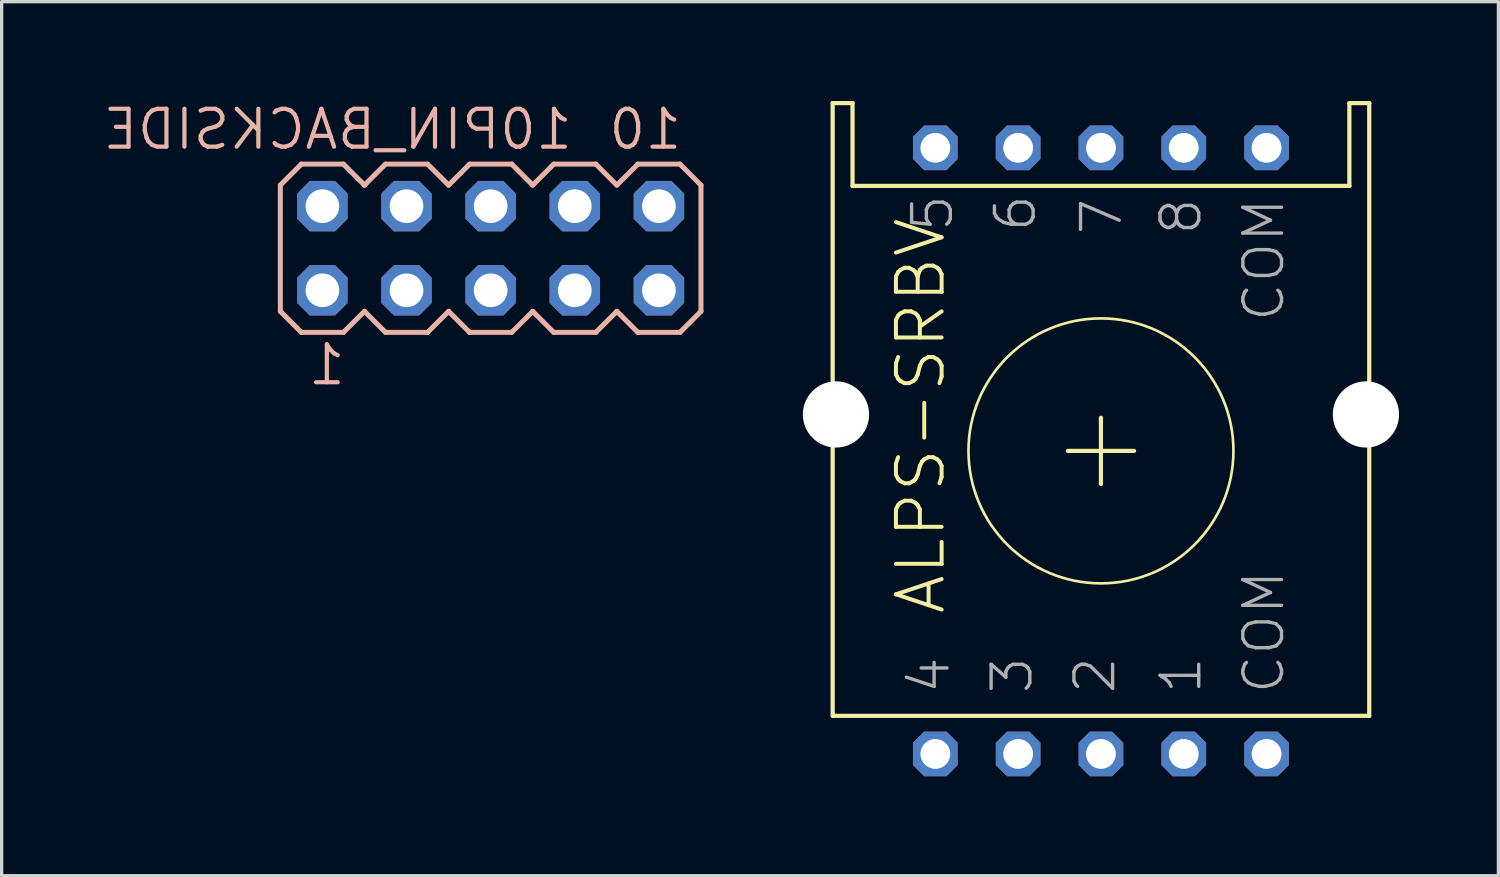
<source format=kicad_pcb>
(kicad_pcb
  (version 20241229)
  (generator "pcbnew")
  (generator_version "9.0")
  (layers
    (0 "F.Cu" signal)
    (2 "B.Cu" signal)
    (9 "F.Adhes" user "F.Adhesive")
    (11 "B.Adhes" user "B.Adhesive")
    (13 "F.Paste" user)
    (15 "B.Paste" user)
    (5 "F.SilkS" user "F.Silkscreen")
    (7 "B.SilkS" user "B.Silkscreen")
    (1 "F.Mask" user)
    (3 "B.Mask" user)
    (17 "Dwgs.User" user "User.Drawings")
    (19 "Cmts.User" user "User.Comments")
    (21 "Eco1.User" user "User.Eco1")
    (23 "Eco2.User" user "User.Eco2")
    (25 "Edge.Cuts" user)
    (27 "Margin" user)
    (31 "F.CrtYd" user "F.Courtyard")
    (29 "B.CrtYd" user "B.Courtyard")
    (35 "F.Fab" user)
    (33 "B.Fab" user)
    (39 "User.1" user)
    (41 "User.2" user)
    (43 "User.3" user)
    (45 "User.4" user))
  (footprint "ALPS-SRBV"
    (layer "F.Cu")
    (at 30.19 10.563)
    (property "Reference" "ALPS-SRBV" (at -4.635 5 90) (layer "F.SilkS") (effects (font (size 1.38 1.38) (thickness 0.12)) (justify left bottom)))
    (fp_line (start -8.1 -10.5) (end -8.1 8) (stroke (width 0.127) (type solid)) (layer "F.SilkS"))
    (fp_line (start -8.1 8) (end 8.1 8) (stroke (width 0.127) (type solid)) (layer "F.SilkS"))
    (fp_line (start -7.5 -10.5) (end -8.1 -10.5) (stroke (width 0.127) (type solid)) (layer "F.SilkS"))
    (fp_line (start -7.5 -8) (end -7.5 -10.5) (stroke (width 0.127) (type solid)) (layer "F.SilkS"))
    (fp_line (start -1 0) (end 1 0) (stroke (width 0.127) (type solid)) (layer "F.SilkS"))
    (fp_line (start 0 1) (end 0 -1) (stroke (width 0.127) (type solid)) (layer "F.SilkS"))
    (fp_line (start 7.5 -10.5) (end 7.5 -8) (stroke (width 0.127) (type solid)) (layer "F.SilkS"))
    (fp_line (start 7.5 -8) (end -7.5 -8) (stroke (width 0.127) (type solid)) (layer "F.SilkS"))
    (fp_line (start 8.1 -10.5) (end 7.5 -10.5) (stroke (width 0.127) (type solid)) (layer "F.SilkS"))
    (fp_line (start 8.1 8) (end 8.1 -10.5) (stroke (width 0.127) (type solid)) (layer "F.SilkS"))
    (fp_circle (center 0 0) (end 4 0) (stroke (width 0.08) (type solid)) (fill no) (layer "F.SilkS"))
    (fp_text user "6" (at -1.9 -7.8 90) (layer "F.Fab") (effects (font (size 1.168 1.168) (thickness 0.102)) (justify right bottom)))
    (fp_text user "COM" (at 5.6 7.4 90) (layer "F.Fab") (effects (font (size 1.168 1.168) (thickness 0.102)) (justify left bottom)))
    (fp_text user "2" (at 0.5 7.4 90) (layer "F.Fab") (effects (font (size 1.168 1.168) (thickness 0.102)) (justify left bottom)))
    (fp_text user "8" (at 3.1 -7.7 90) (layer "F.Fab") (effects (font (size 1.168 1.168) (thickness 0.102)) (justify right bottom)))
    (fp_text user "5" (at -4.4 -7.8 90) (layer "F.Fab") (effects (font (size 1.168 1.168) (thickness 0.102)) (justify right bottom)))
    (fp_text user "3" (at -2 7.4 90) (layer "F.Fab") (effects (font (size 1.168 1.168) (thickness 0.102)) (justify left bottom)))
    (fp_text user "7" (at 0.7 -7.7 90) (layer "F.Fab") (effects (font (size 1.168 1.168) (thickness 0.102)) (justify right bottom)))
    (fp_text user "1" (at 3.1 7.4 90) (layer "F.Fab") (effects (font (size 1.168 1.168) (thickness 0.102)) (justify left bottom)))
    (fp_text user "4" (at -4.5 7.4 90) (layer "F.Fab") (effects (font (size 1.168 1.168) (thickness 0.102)) (justify left bottom)))
    (fp_text user "COM" (at 5.6 -7.7 90) (layer "F.Fab") (effects (font (size 1.168 1.168) (thickness 0.102)) (justify right bottom)))
    (pad "" np_thru_hole circle (at -8 -1.1) (size 2 2) (drill 2) (layers "*.Cu" "*.Mask"))
    (pad "" np_thru_hole circle (at 8 -1.1) (size 2 2) (drill 2) (layers "*.Cu" "*.Mask"))
    (pad "A" thru_hole roundrect (at 2.5 9.15) (size 1.35 1.35) (drill 0.9) (layers "*.Cu" "*.Mask") (roundrect_rratio 0.25) (chamfer_ratio 0.25) (chamfer top_left top_right bottom_left bottom_right))
    (pad "B" thru_hole roundrect (at 0 9.15) (size 1.35 1.35) (drill 0.9) (layers "*.Cu" "*.Mask") (roundrect_rratio 0.25) (chamfer_ratio 0.25) (chamfer top_left top_right bottom_left bottom_right))
    (pad "C" thru_hole roundrect (at -2.5 9.15) (size 1.35 1.35) (drill 0.9) (layers "*.Cu" "*.Mask") (roundrect_rratio 0.25) (chamfer_ratio 0.25) (chamfer top_left top_right bottom_left bottom_right))
    (pad "COM" thru_hole roundrect (at 5 9.15) (size 1.35 1.35) (drill 0.9) (layers "*.Cu" "*.Mask") (roundrect_rratio 0.25) (chamfer_ratio 0.25) (chamfer top_left top_right bottom_left bottom_right))
    (pad "COM2" thru_hole roundrect (at 5 -9.15) (size 1.35 1.35) (drill 0.9) (layers "*.Cu" "*.Mask") (roundrect_rratio 0.25) (chamfer_ratio 0.25) (chamfer top_left top_right bottom_left bottom_right))
    (pad "D" thru_hole roundrect (at -5 9.15) (size 1.35 1.35) (drill 0.9) (layers "*.Cu" "*.Mask") (roundrect_rratio 0.25) (chamfer_ratio 0.25) (chamfer top_left top_right bottom_left bottom_right))
    (pad "E" thru_hole roundrect (at -5 -9.15) (size 1.35 1.35) (drill 0.9) (layers "*.Cu" "*.Mask") (roundrect_rratio 0.25) (chamfer_ratio 0.25) (chamfer top_left top_right bottom_left bottom_right))
    (pad "F" thru_hole roundrect (at -2.5 -9.15) (size 1.35 1.35) (drill 0.9) (layers "*.Cu" "*.Mask") (roundrect_rratio 0.25) (chamfer_ratio 0.25) (chamfer top_left top_right bottom_left bottom_right))
    (pad "G" thru_hole roundrect (at 0 -9.15) (size 1.35 1.35) (drill 0.9) (layers "*.Cu" "*.Mask") (roundrect_rratio 0.25) (chamfer_ratio 0.25) (chamfer top_left top_right bottom_left bottom_right))
    (pad "H" thru_hole roundrect (at 2.5 -9.15) (size 1.35 1.35) (drill 0.9) (layers "*.Cu" "*.Mask") (roundrect_rratio 0.25) (chamfer_ratio 0.25) (chamfer top_left top_right bottom_left bottom_right)))
  (footprint "10PIN_BACKSIDE"
    (layer "F.Cu")
    (at 11.764 4.445)
    (property "Reference" "10PIN_BACKSIDE" (at 2.54 -2.921 0) (layer "B.SilkS") (effects (font (size 1.143 1.143) (thickness 0.127)) (justify left bottom mirror)))
    (fp_line (start -6.35 -1.905) (end -6.35 1.905) (stroke (width 0.152) (type solid)) (layer "B.SilkS"))
    (fp_line (start -6.35 1.905) (end -5.715 2.54) (stroke (width 0.152) (type solid)) (layer "B.SilkS"))
    (fp_line (start -5.715 -2.54) (end -6.35 -1.905) (stroke (width 0.152) (type solid)) (layer "B.SilkS"))
    (fp_line (start -5.715 -2.54) (end -4.445 -2.54) (stroke (width 0.152) (type solid)) (layer "B.SilkS"))
    (fp_line (start -4.445 -2.54) (end -3.81 -1.905) (stroke (width 0.152) (type solid)) (layer "B.SilkS"))
    (fp_line (start -4.445 2.54) (end -5.715 2.54) (stroke (width 0.152) (type solid)) (layer "B.SilkS"))
    (fp_line (start -3.81 -1.905) (end -3.175 -2.54) (stroke (width 0.152) (type solid)) (layer "B.SilkS"))
    (fp_line (start -3.81 1.905) (end -4.445 2.54) (stroke (width 0.152) (type solid)) (layer "B.SilkS"))
    (fp_line (start -3.175 -2.54) (end -1.905 -2.54) (stroke (width 0.152) (type solid)) (layer "B.SilkS"))
    (fp_line (start -3.175 2.54) (end -3.81 1.905) (stroke (width 0.152) (type solid)) (layer "B.SilkS"))
    (fp_line (start -1.905 -2.54) (end -1.27 -1.905) (stroke (width 0.152) (type solid)) (layer "B.SilkS"))
    (fp_line (start -1.905 2.54) (end -3.175 2.54) (stroke (width 0.152) (type solid)) (layer "B.SilkS"))
    (fp_line (start -1.27 -1.905) (end -0.635 -2.54) (stroke (width 0.152) (type solid)) (layer "B.SilkS"))
    (fp_line (start -1.27 1.905) (end -1.905 2.54) (stroke (width 0.152) (type solid)) (layer "B.SilkS"))
    (fp_line (start -0.635 -2.54) (end 0.635 -2.54) (stroke (width 0.152) (type solid)) (layer "B.SilkS"))
    (fp_line (start -0.635 2.54) (end -1.27 1.905) (stroke (width 0.152) (type solid)) (layer "B.SilkS"))
    (fp_line (start 0.635 -2.54) (end 1.27 -1.905) (stroke (width 0.152) (type solid)) (layer "B.SilkS"))
    (fp_line (start 0.635 2.54) (end -0.635 2.54) (stroke (width 0.152) (type solid)) (layer "B.SilkS"))
    (fp_line (start 1.27 1.905) (end 0.635 2.54) (stroke (width 0.152) (type solid)) (layer "B.SilkS"))
    (fp_line (start 1.27 1.905) (end 1.905 2.54) (stroke (width 0.152) (type solid)) (layer "B.SilkS"))
    (fp_line (start 1.905 -2.54) (end 1.27 -1.905) (stroke (width 0.152) (type solid)) (layer "B.SilkS"))
    (fp_line (start 1.905 -2.54) (end 3.175 -2.54) (stroke (width 0.152) (type solid)) (layer "B.SilkS"))
    (fp_line (start 3.175 -2.54) (end 3.81 -1.905) (stroke (width 0.152) (type solid)) (layer "B.SilkS"))
    (fp_line (start 3.175 2.54) (end 1.905 2.54) (stroke (width 0.152) (type solid)) (layer "B.SilkS"))
    (fp_line (start 3.81 -1.905) (end 4.445 -2.54) (stroke (width 0.152) (type solid)) (layer "B.SilkS"))
    (fp_line (start 3.81 1.905) (end 3.175 2.54) (stroke (width 0.152) (type solid)) (layer "B.SilkS"))
    (fp_line (start 4.445 -2.54) (end 5.715 -2.54) (stroke (width 0.152) (type solid)) (layer "B.SilkS"))
    (fp_line (start 4.445 2.54) (end 3.81 1.905) (stroke (width 0.152) (type solid)) (layer "B.SilkS"))
    (fp_line (start 5.715 -2.54) (end 6.35 -1.905) (stroke (width 0.152) (type solid)) (layer "B.SilkS"))
    (fp_line (start 5.715 2.54) (end 4.445 2.54) (stroke (width 0.152) (type solid)) (layer "B.SilkS"))
    (fp_line (start 6.35 -1.905) (end 6.35 1.905) (stroke (width 0.152) (type solid)) (layer "B.SilkS"))
    (fp_line (start 6.35 1.905) (end 5.715 2.54) (stroke (width 0.152) (type solid)) (layer "B.SilkS"))
    (fp_poly (pts (xy -5.334 -1.016) (xy -4.826 -1.016) (xy -4.826 -1.524) (xy -5.334 -1.524)) (stroke (width 0.1) (type solid)) (fill no) (layer "F.Fab"))
    (fp_poly (pts (xy -5.334 1.524) (xy -4.826 1.524) (xy -4.826 1.016) (xy -5.334 1.016)) (stroke (width 0.1) (type solid)) (fill no) (layer "F.Fab"))
    (fp_poly (pts (xy -2.794 -1.016) (xy -2.286 -1.016) (xy -2.286 -1.524) (xy -2.794 -1.524)) (stroke (width 0.1) (type solid)) (fill no) (layer "F.Fab"))
    (fp_poly (pts (xy -2.794 1.524) (xy -2.286 1.524) (xy -2.286 1.016) (xy -2.794 1.016)) (stroke (width 0.1) (type solid)) (fill no) (layer "F.Fab"))
    (fp_poly (pts (xy -0.254 -1.016) (xy 0.254 -1.016) (xy 0.254 -1.524) (xy -0.254 -1.524)) (stroke (width 0.1) (type solid)) (fill no) (layer "F.Fab"))
    (fp_poly (pts (xy -0.254 1.524) (xy 0.254 1.524) (xy 0.254 1.016) (xy -0.254 1.016)) (stroke (width 0.1) (type solid)) (fill no) (layer "F.Fab"))
    (fp_poly (pts (xy 2.286 -1.016) (xy 2.794 -1.016) (xy 2.794 -1.524) (xy 2.286 -1.524)) (stroke (width 0.1) (type solid)) (fill no) (layer "F.Fab"))
    (fp_poly (pts (xy 2.286 1.524) (xy 2.794 1.524) (xy 2.794 1.016) (xy 2.286 1.016)) (stroke (width 0.1) (type solid)) (fill no) (layer "F.Fab"))
    (fp_poly (pts (xy 4.826 -1.016) (xy 5.334 -1.016) (xy 5.334 -1.524) (xy 4.826 -1.524)) (stroke (width 0.1) (type solid)) (fill no) (layer "F.Fab"))
    (fp_poly (pts (xy 4.826 1.524) (xy 5.334 1.524) (xy 5.334 1.016) (xy 4.826 1.016)) (stroke (width 0.1) (type solid)) (fill no) (layer "F.Fab"))
    (fp_text user "1" (at -4.318 4.191 0) (layer "B.SilkS") (effects (font (size 1.143 1.143) (thickness 0.127)) (justify left bottom mirror)))
    (fp_text user "10" (at 5.842 -2.921 0) (layer "B.SilkS") (effects (font (size 1.143 1.143) (thickness 0.127)) (justify left bottom mirror)))
    (pad "1" thru_hole roundrect (at -5.08 1.27) (size 1.524 1.524) (drill 1.016) (layers "*.Cu" "*.Mask") (roundrect_rratio 0.25) (chamfer_ratio 0.25) (chamfer top_left top_right bottom_left bottom_right))
    (pad "2" thru_hole roundrect (at -5.08 -1.27) (size 1.524 1.524) (drill 1.016) (layers "*.Cu" "*.Mask") (roundrect_rratio 0.25) (chamfer_ratio 0.25) (chamfer top_left top_right bottom_left bottom_right))
    (pad "3" thru_hole roundrect (at -2.54 1.27) (size 1.524 1.524) (drill 1.016) (layers "*.Cu" "*.Mask") (roundrect_rratio 0.25) (chamfer_ratio 0.25) (chamfer top_left top_right bottom_left bottom_right))
    (pad "4" thru_hole roundrect (at -2.54 -1.27) (size 1.524 1.524) (drill 1.016) (layers "*.Cu" "*.Mask") (roundrect_rratio 0.25) (chamfer_ratio 0.25) (chamfer top_left top_right bottom_left bottom_right))
    (pad "5" thru_hole roundrect (at 0 1.27) (size 1.524 1.524) (drill 1.016) (layers "*.Cu" "*.Mask") (roundrect_rratio 0.25) (chamfer_ratio 0.25) (chamfer top_left top_right bottom_left bottom_right))
    (pad "6" thru_hole roundrect (at 0 -1.27) (size 1.524 1.524) (drill 1.016) (layers "*.Cu" "*.Mask") (roundrect_rratio 0.25) (chamfer_ratio 0.25) (chamfer top_left top_right bottom_left bottom_right))
    (pad "7" thru_hole roundrect (at 2.54 1.27) (size 1.524 1.524) (drill 1.016) (layers "*.Cu" "*.Mask") (roundrect_rratio 0.25) (chamfer_ratio 0.25) (chamfer top_left top_right bottom_left bottom_right))
    (pad "8" thru_hole roundrect (at 2.54 -1.27) (size 1.524 1.524) (drill 1.016) (layers "*.Cu" "*.Mask") (roundrect_rratio 0.25) (chamfer_ratio 0.25) (chamfer top_left top_right bottom_left bottom_right))
    (pad "9" thru_hole roundrect (at 5.08 1.27) (size 1.524 1.524) (drill 1.016) (layers "*.Cu" "*.Mask") (roundrect_rratio 0.25) (chamfer_ratio 0.25) (chamfer top_left top_right bottom_left bottom_right))
    (pad "10" thru_hole roundrect (at 5.08 -1.27) (size 1.524 1.524) (drill 1.016) (layers "*.Cu" "*.Mask") (roundrect_rratio 0.25) (chamfer_ratio 0.25) (chamfer top_left top_right bottom_left bottom_right)))
  (gr_rect
    (start -3 -3)
    (end 42.19 23.389)
    (stroke (width 0.1) (type default))
    (fill no)
    (layer "Edge.Cuts")))
</source>
